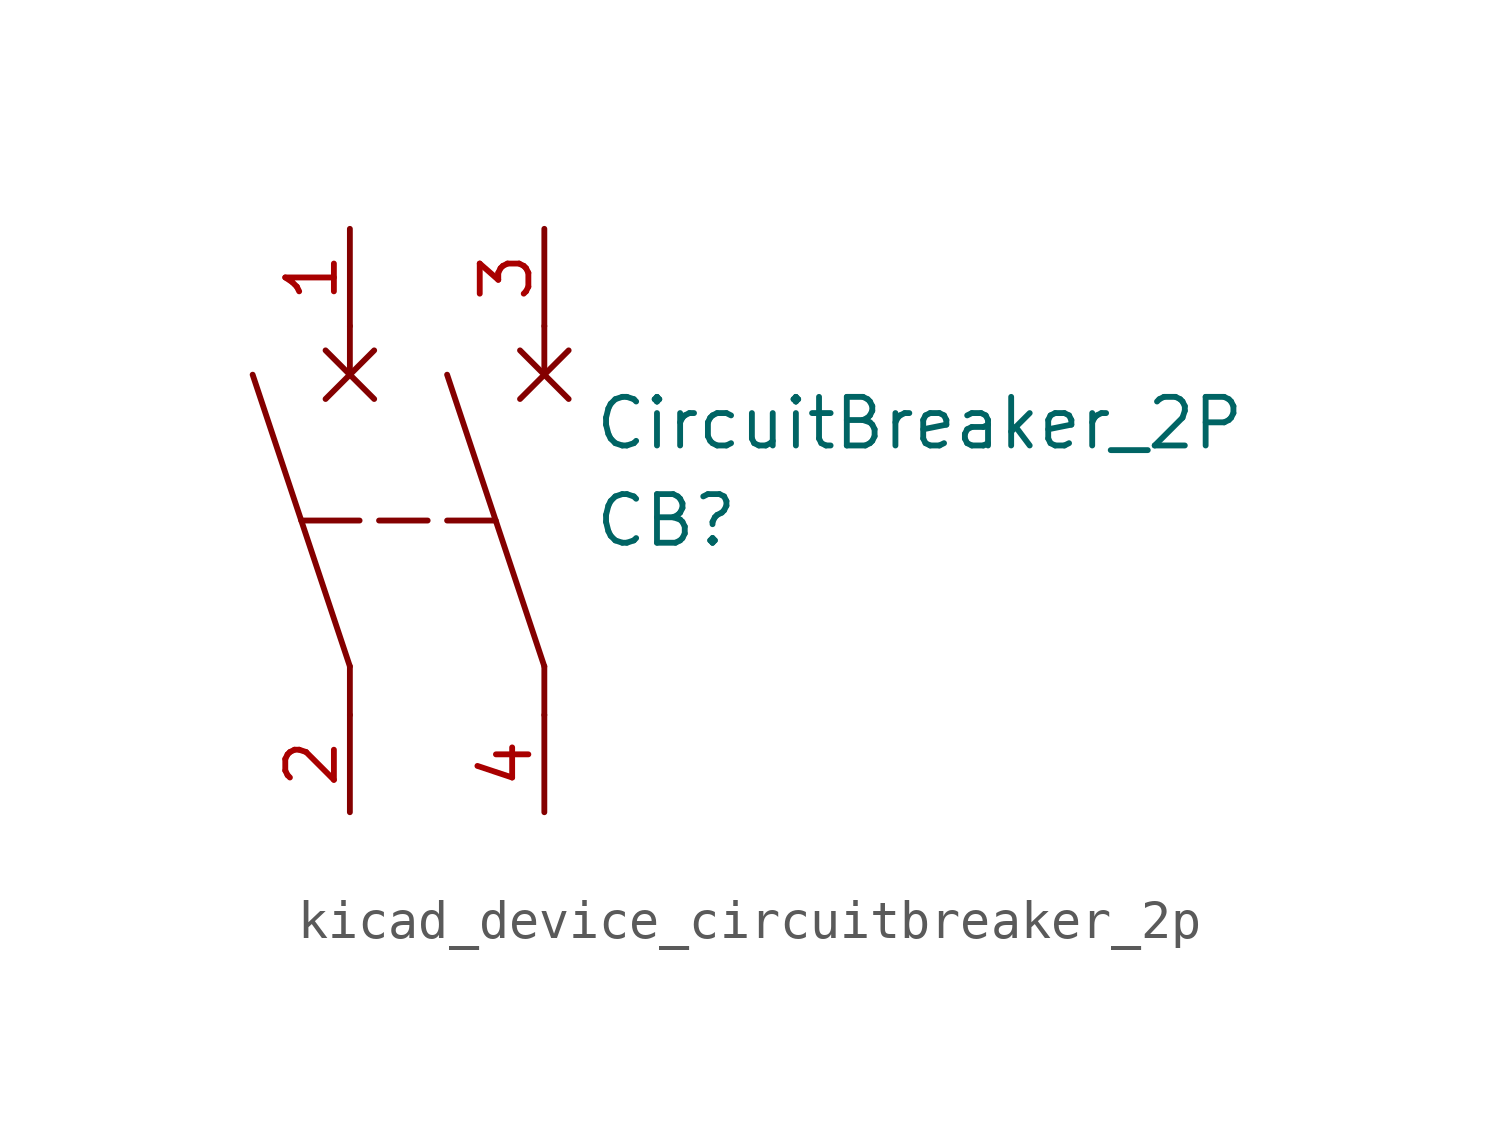
<source format=kicad_sym>
(kicad_symbol_lib
  (version 20220914)
  (generator kicad_symbol_editor)
  (symbol "kicad_device_circuitbreaker_2p"
    (property "Reference" "CB"
      (at 3.81 0 0)
      (effects (font (size 1.27 1.27)) (justify left)))
    (property "Value" "CircuitBreaker_2P"
      (at 3.81 2.54 0)
      (effects (font (size 1.27 1.27)) (justify left)))
    (symbol "kicad_device_circuitbreaker_2p_0_1"
      (polyline (pts (xy -3.81 0) (xy -2.286 0)) (stroke (width 0) (type default)) (fill (type none)))
      (polyline (pts (xy -2.54 -3.81) (xy -5.08 3.81)) (stroke (width 0) (type default)) (fill (type none)))
      (polyline (pts (xy -1.778 0) (xy -0.508 0)) (stroke (width 0) (type default)) (fill (type none)))
      (polyline (pts (xy 0 0) (xy 1.27 0)) (stroke (width 0) (type default)) (fill (type none)))
      (polyline (pts (xy 2.54 -5.08) (xy 2.54 -3.81)) (stroke (width 0) (type default)) (fill (type none)))
      (polyline (pts (xy 2.54 -3.81) (xy 0 3.81)) (stroke (width 0) (type default)) (fill (type none))))
    (symbol "kicad_device_circuitbreaker_2p_1_1"
      (polyline (pts (xy -3.175 4.445) (xy -1.905 3.175)) (stroke (width 0) (type default)) (fill (type none)))
      (polyline (pts (xy -2.54 -3.81) (xy -2.54 -5.08)) (stroke (width 0) (type default)) (fill (type none)))
      (polyline (pts (xy -2.54 5.08) (xy -2.54 3.81)) (stroke (width 0) (type default)) (fill (type none)))
      (polyline (pts (xy -1.905 4.445) (xy -3.175 3.175)) (stroke (width 0) (type default)) (fill (type none)))
      (polyline (pts (xy 1.905 4.445) (xy 3.175 3.175)) (stroke (width 0) (type default)) (fill (type none)))
      (polyline (pts (xy 2.54 5.08) (xy 2.54 3.81)) (stroke (width 0) (type default)) (fill (type none)))
      (polyline (pts (xy 3.175 4.445) (xy 1.905 3.175)) (stroke (width 0) (type default)) (fill (type none)))
      (pin passive line (at -2.54 7.62 270) (length 2.54) (name "~" (effects (font (size 1.27 1.27)))) (number "1" (effects (font (size 1.27 1.27)))))
      (pin passive line (at -2.54 -7.62 90) (length 2.54) (name "~" (effects (font (size 1.27 1.27)))) (number "2" (effects (font (size 1.27 1.27)))))
      (pin passive line (at 2.54 7.62 270) (length 2.54) (name "~" (effects (font (size 1.27 1.27)))) (number "3" (effects (font (size 1.27 1.27)))))
      (pin passive line (at 2.54 -7.62 90) (length 2.54) (name "~" (effects (font (size 1.27 1.27)))) (number "4" (effects (font (size 1.27 1.27))))))))
</source>
